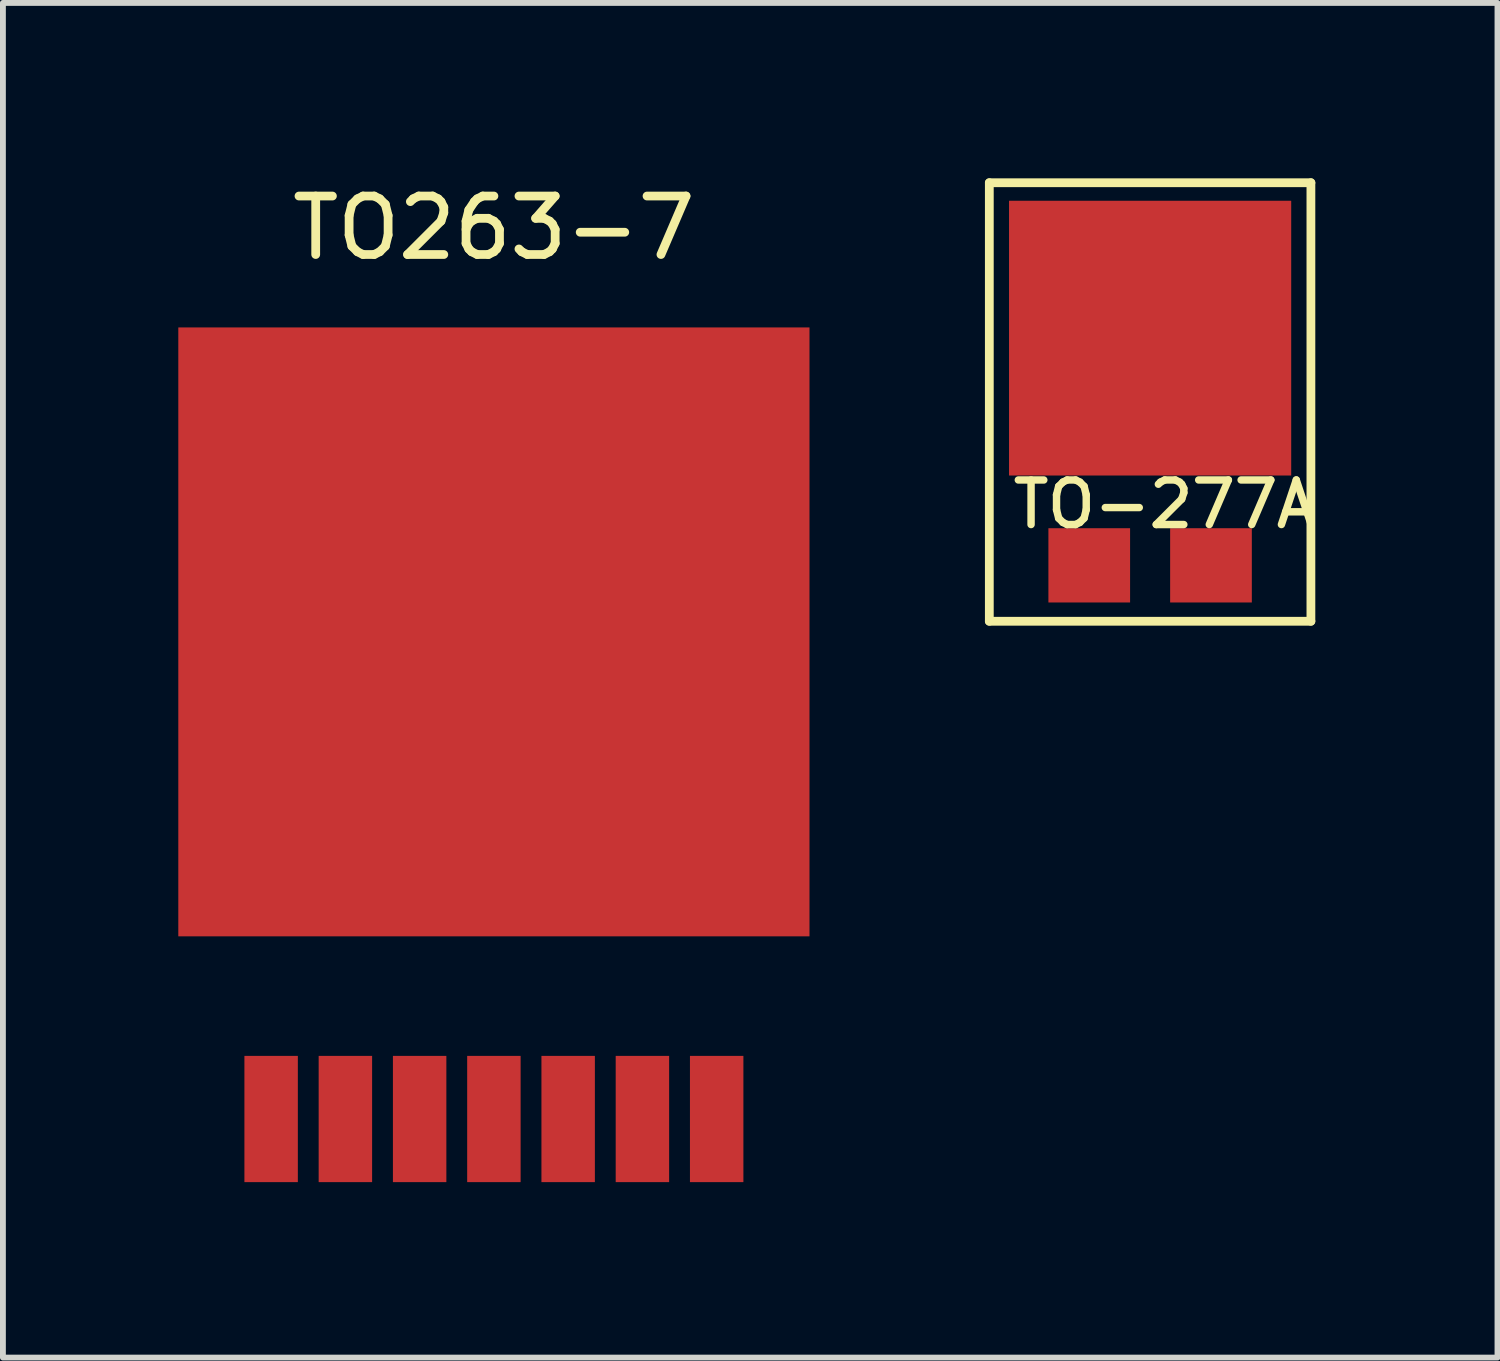
<source format=kicad_pcb>
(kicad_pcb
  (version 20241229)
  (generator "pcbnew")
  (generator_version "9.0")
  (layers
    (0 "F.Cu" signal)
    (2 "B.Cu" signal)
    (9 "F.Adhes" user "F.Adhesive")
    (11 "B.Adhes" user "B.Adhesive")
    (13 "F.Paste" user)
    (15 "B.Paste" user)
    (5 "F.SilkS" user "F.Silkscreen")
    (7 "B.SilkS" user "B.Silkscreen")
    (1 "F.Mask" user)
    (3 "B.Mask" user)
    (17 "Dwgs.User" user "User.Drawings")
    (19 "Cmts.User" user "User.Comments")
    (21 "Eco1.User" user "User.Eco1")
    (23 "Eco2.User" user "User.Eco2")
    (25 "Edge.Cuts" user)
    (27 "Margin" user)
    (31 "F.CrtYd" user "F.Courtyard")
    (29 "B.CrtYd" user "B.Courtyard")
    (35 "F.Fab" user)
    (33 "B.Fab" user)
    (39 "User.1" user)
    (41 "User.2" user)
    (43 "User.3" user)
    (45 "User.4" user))
  (footprint "TO263-7"
    (layer "F.Cu")
    (at 5.397 16.088)
    (property "Reference" "TO263-7" (at 0 -15.24 0) (layer "F.SilkS") (effects (font (size 1 1) (thickness 0.15))))
    (attr through_hole)
    (pad "1" smd rect (at -3.81 0) (size 0.914 2.159) (layers "F.Cu" "F.Mask" "F.Paste"))
    (pad "2" smd rect (at -2.54 0) (size 0.914 2.159) (layers "F.Cu" "F.Mask" "F.Paste"))
    (pad "3" smd rect (at -1.27 0) (size 0.914 2.159) (layers "F.Cu" "F.Mask" "F.Paste"))
    (pad "4" smd rect (at 0 -8.331) (size 10.795 10.414) (layers "F.Cu" "F.Mask" "F.Paste"))
    (pad "4" smd rect (at 0 0) (size 0.914 2.159) (layers "F.Cu" "F.Mask" "F.Paste"))
    (pad "5" smd rect (at 1.27 0) (size 0.914 2.159) (layers "F.Cu" "F.Mask" "F.Paste"))
    (pad "6" smd rect (at 2.54 0) (size 0.914 2.159) (layers "F.Cu" "F.Mask" "F.Paste"))
    (pad "7" smd rect (at 3.81 0) (size 0.914 2.159) (layers "F.Cu" "F.Mask" "F.Paste")))
  (footprint "TO-277A"
    (layer "F.Cu")
    (at 16.62 3.825)
    (property "Reference" "TO-277A" (at 0.25 1.75 0) (layer "F.SilkS") (effects (font (size 0.762 0.762) (thickness 0.127))))
    (attr through_hole)
    (fp_line (start -2.75 -3.75) (end -2.75 3.75) (stroke (width 0.15) (type solid)) (layer "F.SilkS"))
    (fp_line (start -2.75 3.75) (end 2.75 3.75) (stroke (width 0.15) (type solid)) (layer "F.SilkS"))
    (fp_line (start 2.75 -3.75) (end -2.75 -3.75) (stroke (width 0.15) (type solid)) (layer "F.SilkS"))
    (fp_line (start 2.75 3.75) (end 2.75 -3.75) (stroke (width 0.15) (type solid)) (layer "F.SilkS"))
    (pad "1" smd rect (at -1.041 2.794) (size 1.397 1.27) (layers "F.Cu" "F.Mask" "F.Paste"))
    (pad "1" smd rect (at 1.041 2.794) (size 1.397 1.27) (layers "F.Cu" "F.Mask" "F.Paste"))
    (pad "2" smd rect (at 0 -1.092) (size 4.826 4.699) (layers "F.Cu" "F.Mask" "F.Paste")))
  (gr_rect
    (start -3 -3)
    (end 22.561 20.168)
    (stroke (width 0.1) (type default))
    (fill no)
    (layer "Edge.Cuts")))
</source>
